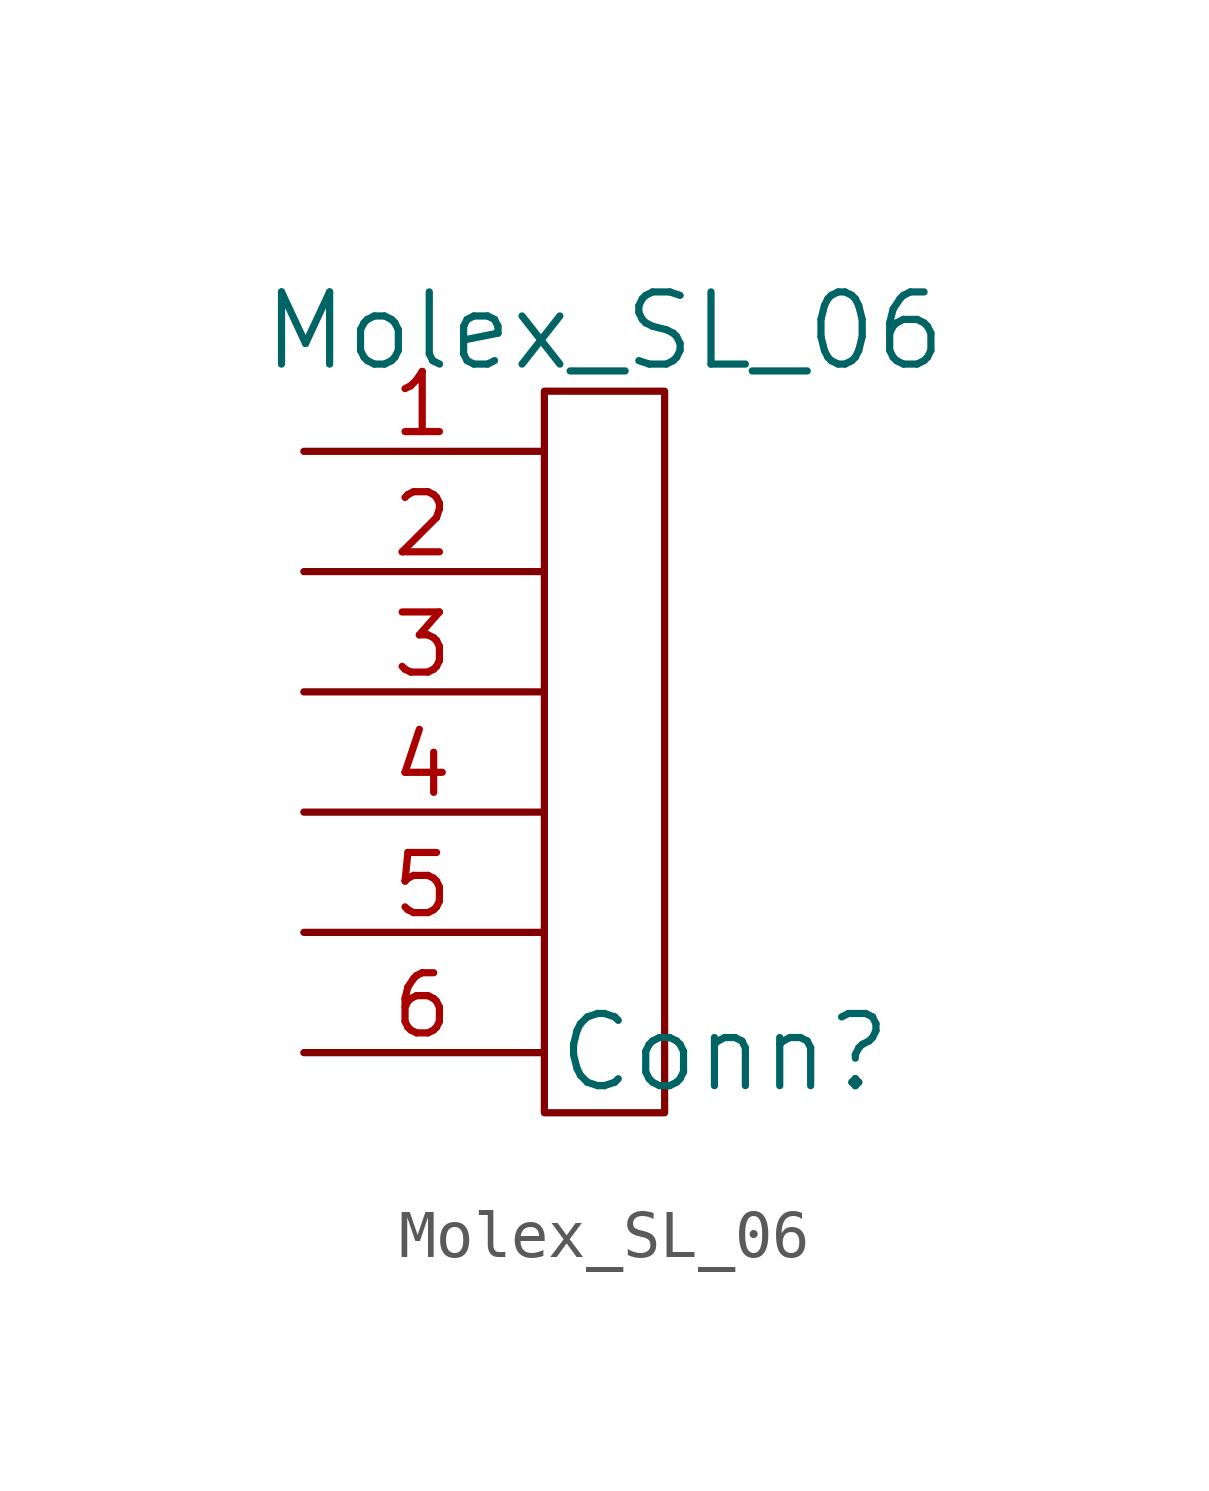
<source format=kicad_sym>
(kicad_symbol_lib
  (version 20211014)
  (generator kicad_symbol_editor)
  (symbol "Molex_SL_06"
    (pin_names
      (offset 1.016))
    (property "Reference" "Conn"
      (at 3.81 -1.27 0)
      (effects (font (size 1.524 1.524))))
    (property "Value" "Molex_SL_06"
      (at 1.27 13.97 0)
      (effects (font (size 1.524 1.524))))
    (symbol "Molex_SL_06_0_1"
      (rectangle (start 0 12.7) (end 2.54 -2.54) (stroke (width 0) (type default) (color 0 0 0 0)) (fill (type none))))
    (symbol "Molex_SL_06_1_1"
      (pin input line (at -5.08 11.43 0) (length 5) (name "~" (effects (font (size 1.27 1.27)))) (number "1" (effects (font (size 1.27 1.27)))))
      (pin input line (at -5.08 8.89 0) (length 5) (name "~" (effects (font (size 1.27 1.27)))) (number "2" (effects (font (size 1.27 1.27)))))
      (pin input line (at -5.08 6.35 0) (length 5) (name "~" (effects (font (size 1.27 1.27)))) (number "3" (effects (font (size 1.27 1.27)))))
      (pin input line (at -5.08 3.81 0) (length 5) (name "~" (effects (font (size 1.27 1.27)))) (number "4" (effects (font (size 1.27 1.27)))))
      (pin input line (at -5.08 1.27 0) (length 5) (name "~" (effects (font (size 1.27 1.27)))) (number "5" (effects (font (size 1.27 1.27)))))
      (pin input line (at -5.08 -1.27 0) (length 5) (name "" (effects (font (size 1.27 1.27)))) (number "6" (effects (font (size 1.27 1.27))))))))
</source>
